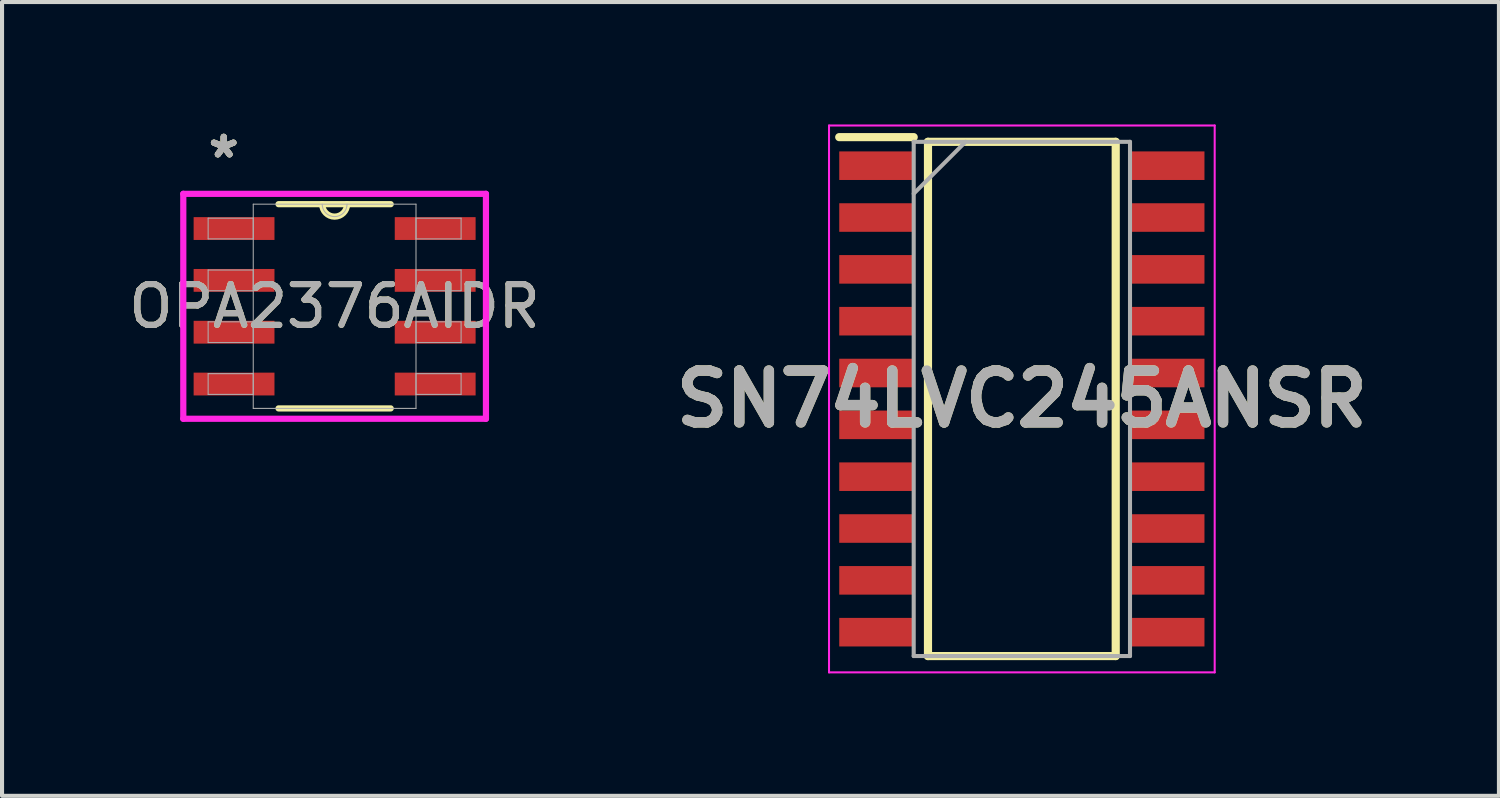
<source format=kicad_pcb>
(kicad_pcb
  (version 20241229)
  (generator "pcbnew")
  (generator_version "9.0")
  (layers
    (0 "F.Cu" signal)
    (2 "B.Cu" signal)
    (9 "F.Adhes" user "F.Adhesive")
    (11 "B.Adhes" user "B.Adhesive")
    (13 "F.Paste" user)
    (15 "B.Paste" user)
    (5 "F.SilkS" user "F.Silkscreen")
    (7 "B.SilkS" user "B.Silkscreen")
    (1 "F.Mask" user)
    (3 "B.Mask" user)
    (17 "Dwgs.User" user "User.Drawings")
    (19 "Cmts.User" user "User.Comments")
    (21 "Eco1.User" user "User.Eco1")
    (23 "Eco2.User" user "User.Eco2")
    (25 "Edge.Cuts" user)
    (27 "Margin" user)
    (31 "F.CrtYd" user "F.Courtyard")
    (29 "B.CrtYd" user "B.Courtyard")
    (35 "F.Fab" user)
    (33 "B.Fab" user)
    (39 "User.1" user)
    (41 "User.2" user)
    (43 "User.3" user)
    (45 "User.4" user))
  (footprint "SN74LVC245ANSR"
    (layer "F.Cu")
    (at 21.988 6.725)
    (property "Reference" "SN74LVC245ANSR" (at 0 0 0) (layer "F.SilkS") (effects (font (size 1.27 1.27) (thickness 0.254))))
    (attr smd)
    (fp_line (start -4.475 -6.415) (end -2.65 -6.415) (stroke (width 0.2) (type solid)) (layer "F.SilkS"))
    (fp_line (start -2.3 -6.3) (end 2.3 -6.3) (stroke (width 0.2) (type solid)) (layer "F.SilkS"))
    (fp_line (start -2.3 6.3) (end -2.3 -6.3) (stroke (width 0.2) (type solid)) (layer "F.SilkS"))
    (fp_line (start 2.3 -6.3) (end 2.3 6.3) (stroke (width 0.2) (type solid)) (layer "F.SilkS"))
    (fp_line (start 2.3 6.3) (end -2.3 6.3) (stroke (width 0.2) (type solid)) (layer "F.SilkS"))
    (fp_line (start -4.725 -6.7) (end 4.725 -6.7) (stroke (width 0.05) (type solid)) (layer "F.CrtYd"))
    (fp_line (start -4.725 6.7) (end -4.725 -6.7) (stroke (width 0.05) (type solid)) (layer "F.CrtYd"))
    (fp_line (start 4.725 -6.7) (end 4.725 6.7) (stroke (width 0.05) (type solid)) (layer "F.CrtYd"))
    (fp_line (start 4.725 6.7) (end -4.725 6.7) (stroke (width 0.05) (type solid)) (layer "F.CrtYd"))
    (fp_line (start -2.65 -6.3) (end 2.65 -6.3) (stroke (width 0.1) (type solid)) (layer "F.Fab"))
    (fp_line (start -2.65 -5.03) (end -1.38 -6.3) (stroke (width 0.1) (type solid)) (layer "F.Fab"))
    (fp_line (start -2.65 6.3) (end -2.65 -6.3) (stroke (width 0.1) (type solid)) (layer "F.Fab"))
    (fp_line (start 2.65 -6.3) (end 2.65 6.3) (stroke (width 0.1) (type solid)) (layer "F.Fab"))
    (fp_line (start 2.65 6.3) (end -2.65 6.3) (stroke (width 0.1) (type solid)) (layer "F.Fab"))
    (fp_text user "${REFERENCE}" (at 0 0 0) (layer "F.Fab") (effects (font (size 1.27 1.27) (thickness 0.254))))
    (pad "1" smd rect (at -3.562 -5.715 90) (size 0.7 1.825) (layers "F.Cu" "F.Mask" "F.Paste"))
    (pad "2" smd rect (at -3.562 -4.445 90) (size 0.7 1.825) (layers "F.Cu" "F.Mask" "F.Paste"))
    (pad "3" smd rect (at -3.562 -3.175 90) (size 0.7 1.825) (layers "F.Cu" "F.Mask" "F.Paste"))
    (pad "4" smd rect (at -3.562 -1.905 90) (size 0.7 1.825) (layers "F.Cu" "F.Mask" "F.Paste"))
    (pad "5" smd rect (at -3.562 -0.635 90) (size 0.7 1.825) (layers "F.Cu" "F.Mask" "F.Paste"))
    (pad "6" smd rect (at -3.562 0.635 90) (size 0.7 1.825) (layers "F.Cu" "F.Mask" "F.Paste"))
    (pad "7" smd rect (at -3.562 1.905 90) (size 0.7 1.825) (layers "F.Cu" "F.Mask" "F.Paste"))
    (pad "8" smd rect (at -3.562 3.175 90) (size 0.7 1.825) (layers "F.Cu" "F.Mask" "F.Paste"))
    (pad "9" smd rect (at -3.562 4.445 90) (size 0.7 1.825) (layers "F.Cu" "F.Mask" "F.Paste"))
    (pad "10" smd rect (at -3.562 5.715 90) (size 0.7 1.825) (layers "F.Cu" "F.Mask" "F.Paste"))
    (pad "11" smd rect (at 3.562 5.715 90) (size 0.7 1.825) (layers "F.Cu" "F.Mask" "F.Paste"))
    (pad "12" smd rect (at 3.562 4.445 90) (size 0.7 1.825) (layers "F.Cu" "F.Mask" "F.Paste"))
    (pad "13" smd rect (at 3.562 3.175 90) (size 0.7 1.825) (layers "F.Cu" "F.Mask" "F.Paste"))
    (pad "14" smd rect (at 3.562 1.905 90) (size 0.7 1.825) (layers "F.Cu" "F.Mask" "F.Paste"))
    (pad "15" smd rect (at 3.562 0.635 90) (size 0.7 1.825) (layers "F.Cu" "F.Mask" "F.Paste"))
    (pad "16" smd rect (at 3.562 -0.635 90) (size 0.7 1.825) (layers "F.Cu" "F.Mask" "F.Paste"))
    (pad "17" smd rect (at 3.562 -1.905 90) (size 0.7 1.825) (layers "F.Cu" "F.Mask" "F.Paste"))
    (pad "18" smd rect (at 3.562 -3.175 90) (size 0.7 1.825) (layers "F.Cu" "F.Mask" "F.Paste"))
    (pad "19" smd rect (at 3.562 -4.445 90) (size 0.7 1.825) (layers "F.Cu" "F.Mask" "F.Paste"))
    (pad "20" smd rect (at 3.562 -5.715 90) (size 0.7 1.825) (layers "F.Cu" "F.Mask" "F.Paste")))
  (footprint "OPA2376AIDR"
    (layer "F.Cu")
    (at 5.149 4.455)
    (property "Reference" "OPA2376AIDR" (at 0 0 0) (unlocked yes) (layer "F.SilkS") (effects (font (size 1 1) (thickness 0.15))))
    (attr smd)
    (fp_line (start -1.374 2.502) (end 1.374 2.502) (stroke (width 0.152) (type solid)) (layer "F.SilkS"))
    (fp_line (start 1.374 -2.502) (end -1.374 -2.502) (stroke (width 0.152) (type solid)) (layer "F.SilkS"))
    (fp_arc (start 0.3048 -2.5019) (mid 0 -2.1971) (end -0.3048 -2.5019) (stroke (width 0.1524) (type solid)) (layer "F.SilkS"))
    (fp_line (start -3.708 -2.756) (end 3.708 -2.756) (stroke (width 0.152) (type solid)) (layer "F.CrtYd"))
    (fp_line (start -3.708 2.756) (end -3.708 -2.756) (stroke (width 0.152) (type solid)) (layer "F.CrtYd"))
    (fp_line (start 3.708 -2.756) (end 3.708 2.756) (stroke (width 0.152) (type solid)) (layer "F.CrtYd"))
    (fp_line (start 3.708 2.756) (end -3.708 2.756) (stroke (width 0.152) (type solid)) (layer "F.CrtYd"))
    (fp_line (start -3.099 -2.159) (end -3.099 -1.651) (stroke (width 0.025) (type solid)) (layer "F.Fab"))
    (fp_line (start -3.099 -1.651) (end -1.994 -1.651) (stroke (width 0.025) (type solid)) (layer "F.Fab"))
    (fp_line (start -3.099 -0.889) (end -3.099 -0.381) (stroke (width 0.025) (type solid)) (layer "F.Fab"))
    (fp_line (start -3.099 -0.381) (end -1.994 -0.381) (stroke (width 0.025) (type solid)) (layer "F.Fab"))
    (fp_line (start -3.099 0.381) (end -3.099 0.889) (stroke (width 0.025) (type solid)) (layer "F.Fab"))
    (fp_line (start -3.099 0.889) (end -1.994 0.889) (stroke (width 0.025) (type solid)) (layer "F.Fab"))
    (fp_line (start -3.099 1.651) (end -3.099 2.159) (stroke (width 0.025) (type solid)) (layer "F.Fab"))
    (fp_line (start -3.099 2.159) (end -1.994 2.159) (stroke (width 0.025) (type solid)) (layer "F.Fab"))
    (fp_line (start -1.994 -2.502) (end -1.994 2.502) (stroke (width 0.025) (type solid)) (layer "F.Fab"))
    (fp_line (start -1.994 -2.159) (end -3.099 -2.159) (stroke (width 0.025) (type solid)) (layer "F.Fab"))
    (fp_line (start -1.994 -1.651) (end -1.994 -2.159) (stroke (width 0.025) (type solid)) (layer "F.Fab"))
    (fp_line (start -1.994 -0.889) (end -3.099 -0.889) (stroke (width 0.025) (type solid)) (layer "F.Fab"))
    (fp_line (start -1.994 -0.381) (end -1.994 -0.889) (stroke (width 0.025) (type solid)) (layer "F.Fab"))
    (fp_line (start -1.994 0.381) (end -3.099 0.381) (stroke (width 0.025) (type solid)) (layer "F.Fab"))
    (fp_line (start -1.994 0.889) (end -1.994 0.381) (stroke (width 0.025) (type solid)) (layer "F.Fab"))
    (fp_line (start -1.994 1.651) (end -3.099 1.651) (stroke (width 0.025) (type solid)) (layer "F.Fab"))
    (fp_line (start -1.994 2.159) (end -1.994 1.651) (stroke (width 0.025) (type solid)) (layer "F.Fab"))
    (fp_line (start -1.994 2.502) (end 1.994 2.502) (stroke (width 0.025) (type solid)) (layer "F.Fab"))
    (fp_line (start 1.994 -2.502) (end -1.994 -2.502) (stroke (width 0.025) (type solid)) (layer "F.Fab"))
    (fp_line (start 1.994 -2.159) (end 1.994 -1.651) (stroke (width 0.025) (type solid)) (layer "F.Fab"))
    (fp_line (start 1.994 -1.651) (end 3.099 -1.651) (stroke (width 0.025) (type solid)) (layer "F.Fab"))
    (fp_line (start 1.994 -0.889) (end 1.994 -0.381) (stroke (width 0.025) (type solid)) (layer "F.Fab"))
    (fp_line (start 1.994 -0.381) (end 3.099 -0.381) (stroke (width 0.025) (type solid)) (layer "F.Fab"))
    (fp_line (start 1.994 0.381) (end 1.994 0.889) (stroke (width 0.025) (type solid)) (layer "F.Fab"))
    (fp_line (start 1.994 0.889) (end 3.099 0.889) (stroke (width 0.025) (type solid)) (layer "F.Fab"))
    (fp_line (start 1.994 1.651) (end 1.994 2.159) (stroke (width 0.025) (type solid)) (layer "F.Fab"))
    (fp_line (start 1.994 2.159) (end 3.099 2.159) (stroke (width 0.025) (type solid)) (layer "F.Fab"))
    (fp_line (start 1.994 2.502) (end 1.994 -2.502) (stroke (width 0.025) (type solid)) (layer "F.Fab"))
    (fp_line (start 3.099 -2.159) (end 1.994 -2.159) (stroke (width 0.025) (type solid)) (layer "F.Fab"))
    (fp_line (start 3.099 -1.651) (end 3.099 -2.159) (stroke (width 0.025) (type solid)) (layer "F.Fab"))
    (fp_line (start 3.099 -0.889) (end 1.994 -0.889) (stroke (width 0.025) (type solid)) (layer "F.Fab"))
    (fp_line (start 3.099 -0.381) (end 3.099 -0.889) (stroke (width 0.025) (type solid)) (layer "F.Fab"))
    (fp_line (start 3.099 0.381) (end 1.994 0.381) (stroke (width 0.025) (type solid)) (layer "F.Fab"))
    (fp_line (start 3.099 0.889) (end 3.099 0.381) (stroke (width 0.025) (type solid)) (layer "F.Fab"))
    (fp_line (start 3.099 1.651) (end 1.994 1.651) (stroke (width 0.025) (type solid)) (layer "F.Fab"))
    (fp_line (start 3.099 2.159) (end 3.099 1.651) (stroke (width 0.025) (type solid)) (layer "F.Fab"))
    (fp_arc (start 0.3048 -2.5019) (mid 0 -2.1971) (end -0.3048 -2.5019) (stroke (width 0.0254) (type solid)) (layer "F.Fab"))
    (fp_text user "*" (at -2.718 -3.607 0) (layer "F.SilkS") (effects (font (size 1 1) (thickness 0.15))))
    (fp_text user "*" (at -2.718 -3.607 0) (unlocked yes) (layer "F.SilkS") (effects (font (size 1 1) (thickness 0.15))))
    (fp_text user "*" (at -2.718 -3.607 0) (layer "F.Fab") (effects (font (size 1 1) (thickness 0.15))))
    (fp_text user "*" (at -2.718 -3.607 0) (unlocked yes) (layer "F.Fab") (effects (font (size 1 1) (thickness 0.15))))
    (fp_text user "${REFERENCE}" (at 0 0 0) (unlocked yes) (layer "F.Fab") (effects (font (size 1 1) (thickness 0.15))))
    (pad "1" smd rect (at -2.464 -1.905) (size 1.981 0.559) (layers "F.Cu" "F.Mask" "F.Paste"))
    (pad "2" smd rect (at -2.464 -0.635) (size 1.981 0.559) (layers "F.Cu" "F.Mask" "F.Paste"))
    (pad "3" smd rect (at -2.464 0.635) (size 1.981 0.559) (layers "F.Cu" "F.Mask" "F.Paste"))
    (pad "4" smd rect (at -2.464 1.905) (size 1.981 0.559) (layers "F.Cu" "F.Mask" "F.Paste"))
    (pad "5" smd rect (at 2.464 1.905) (size 1.981 0.559) (layers "F.Cu" "F.Mask" "F.Paste"))
    (pad "6" smd rect (at 2.464 0.635) (size 1.981 0.559) (layers "F.Cu" "F.Mask" "F.Paste"))
    (pad "7" smd rect (at 2.464 -0.635) (size 1.981 0.559) (layers "F.Cu" "F.Mask" "F.Paste"))
    (pad "8" smd rect (at 2.464 -1.905) (size 1.981 0.559) (layers "F.Cu" "F.Mask" "F.Paste")))
  (gr_rect
    (start -3 -3)
    (end 33.678 16.45)
    (stroke (width 0.1) (type default))
    (fill no)
    (layer "Edge.Cuts")))
</source>
